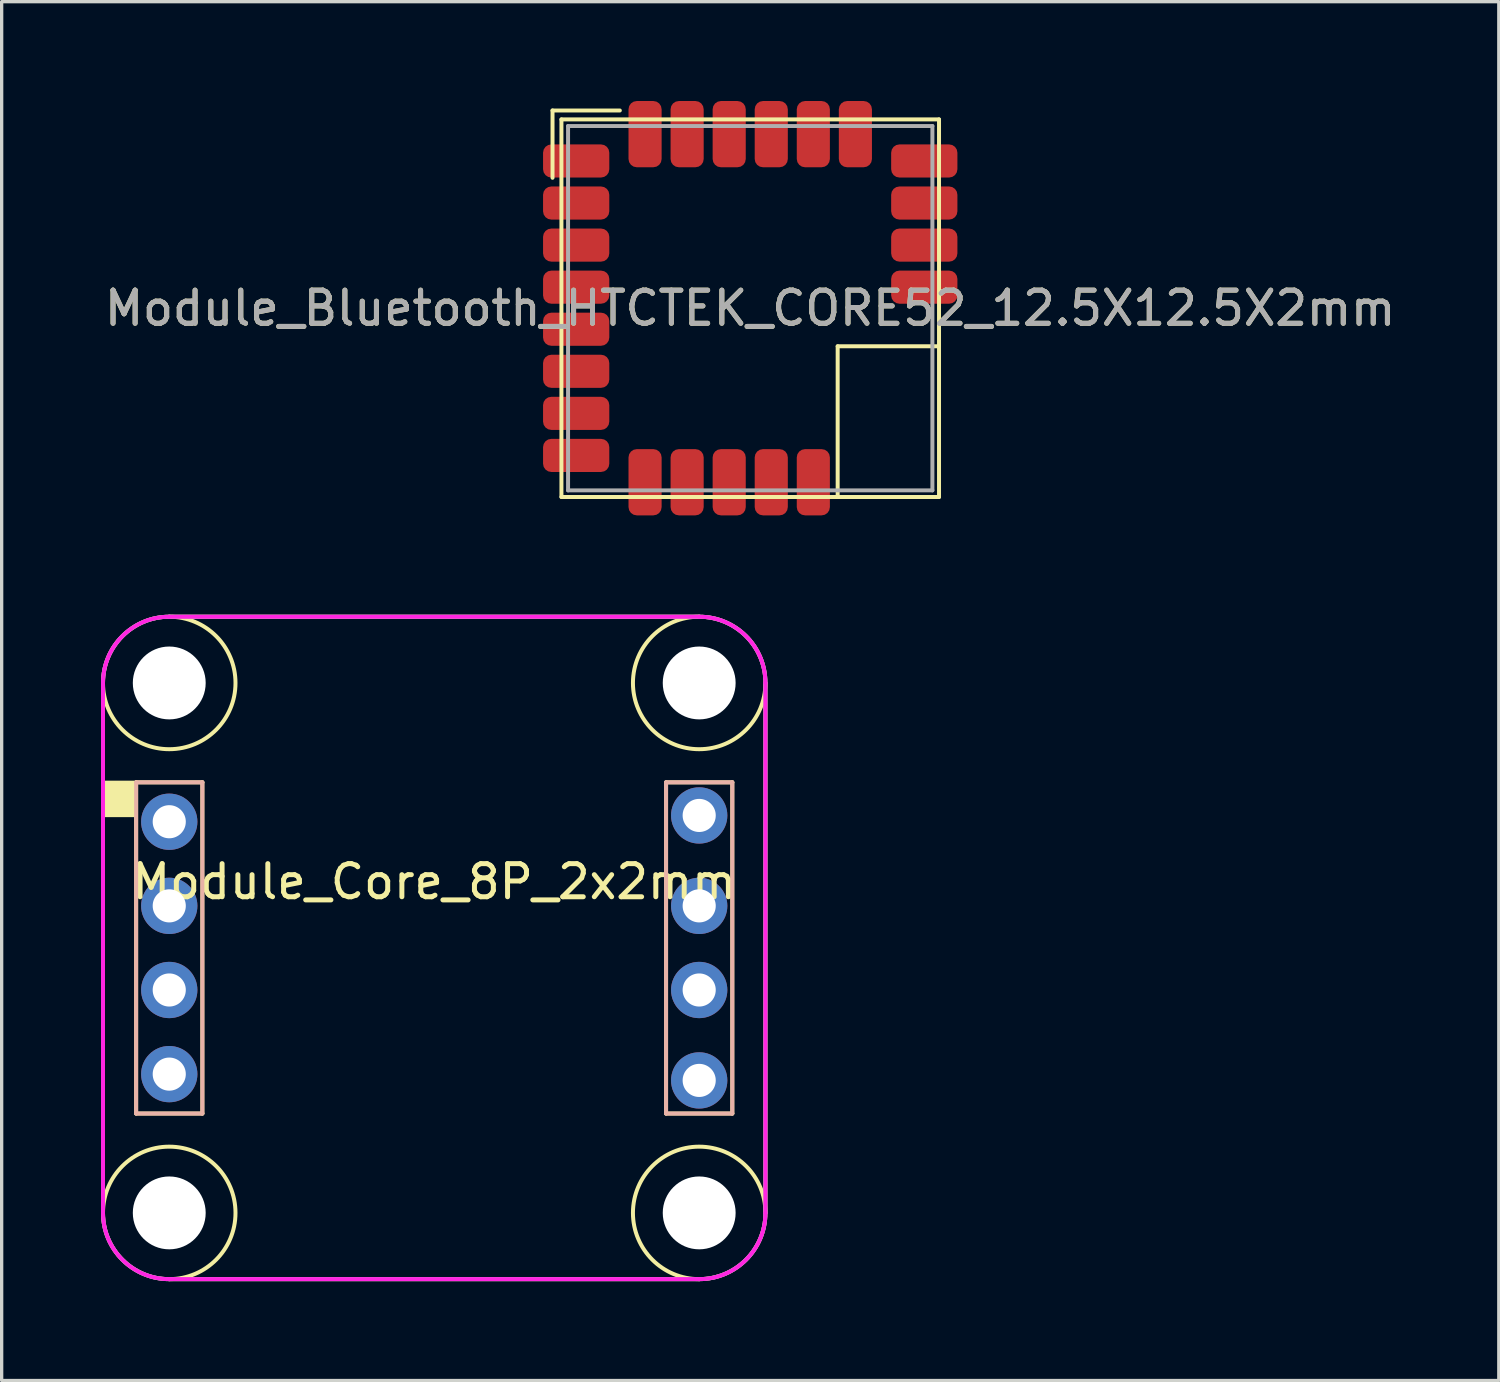
<source format=kicad_pcb>
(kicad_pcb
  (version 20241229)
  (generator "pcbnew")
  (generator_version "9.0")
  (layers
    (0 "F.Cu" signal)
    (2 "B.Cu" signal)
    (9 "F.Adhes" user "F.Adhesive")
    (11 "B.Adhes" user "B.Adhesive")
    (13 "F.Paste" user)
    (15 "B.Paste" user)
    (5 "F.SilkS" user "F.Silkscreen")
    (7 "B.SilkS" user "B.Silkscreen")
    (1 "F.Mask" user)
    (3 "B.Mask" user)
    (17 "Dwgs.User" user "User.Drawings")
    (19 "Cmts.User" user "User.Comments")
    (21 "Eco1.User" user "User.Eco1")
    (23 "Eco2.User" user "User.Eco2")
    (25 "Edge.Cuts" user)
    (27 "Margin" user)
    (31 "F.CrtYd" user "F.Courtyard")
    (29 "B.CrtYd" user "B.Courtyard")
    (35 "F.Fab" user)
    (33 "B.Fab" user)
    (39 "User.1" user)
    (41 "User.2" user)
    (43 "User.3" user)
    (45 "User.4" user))
  (footprint "Module_Core_8P_2x2mm"
    (layer "F.Cu")
    (at 10.06 25.57)
    (property "Reference" "Module_Core_8P_2x2mm" (at 0 -2 0) (layer "F.SilkS") (effects (font (size 1 1) (thickness 0.15))))
    (attr exclude_from_pos_files exclude_from_bom)
    (fp_line (start -10 -8) (end -10 8) (stroke (width 0.12) (type solid)) (layer "F.SilkS"))
    (fp_line (start -9 -5) (end -7 -5) (stroke (width 0.12) (type solid)) (layer "F.SilkS"))
    (fp_line (start -9 5) (end -9 -5) (stroke (width 0.12) (type solid)) (layer "F.SilkS"))
    (fp_line (start -8 10) (end 8 10) (stroke (width 0.12) (type solid)) (layer "F.SilkS"))
    (fp_line (start -7 -5) (end -7 5) (stroke (width 0.12) (type solid)) (layer "F.SilkS"))
    (fp_line (start -7 5) (end -9 5) (stroke (width 0.12) (type solid)) (layer "F.SilkS"))
    (fp_line (start 7 -5) (end 9 -5) (stroke (width 0.12) (type solid)) (layer "F.SilkS"))
    (fp_line (start 7 5) (end 7 -5) (stroke (width 0.12) (type solid)) (layer "F.SilkS"))
    (fp_line (start 8 -10) (end -8 -10) (stroke (width 0.12) (type solid)) (layer "F.SilkS"))
    (fp_line (start 9 -5) (end 9 5) (stroke (width 0.12) (type solid)) (layer "F.SilkS"))
    (fp_line (start 9 5) (end 7 5) (stroke (width 0.12) (type solid)) (layer "F.SilkS"))
    (fp_line (start 10 8) (end 10 -8) (stroke (width 0.12) (type solid)) (layer "F.SilkS"))
    (fp_circle (center -8 -8) (end -6 -8) (stroke (width 0.12) (type solid)) (fill no) (layer "F.SilkS"))
    (fp_circle (center -8 8) (end -6 8) (stroke (width 0.12) (type solid)) (fill no) (layer "F.SilkS"))
    (fp_circle (center 8 -8) (end 10 -8) (stroke (width 0.12) (type solid)) (fill no) (layer "F.SilkS"))
    (fp_circle (center 8 8) (end 10 8) (stroke (width 0.12) (type solid)) (fill no) (layer "F.SilkS"))
    (fp_poly (pts (xy -10 -5) (xy -9 -5) (xy -9 -4) (xy -10 -4)) (stroke (width 0.1) (type solid)) (fill yes) (layer "F.SilkS"))
    (fp_line (start -9 -5) (end -7 -5) (stroke (width 0.12) (type solid)) (layer "B.SilkS"))
    (fp_line (start -9 5) (end -9 -5) (stroke (width 0.12) (type solid)) (layer "B.SilkS"))
    (fp_line (start -7 -5) (end -7 5) (stroke (width 0.12) (type solid)) (layer "B.SilkS"))
    (fp_line (start -7 5) (end -9 5) (stroke (width 0.12) (type solid)) (layer "B.SilkS"))
    (fp_line (start 7 -5) (end 9 -5) (stroke (width 0.12) (type solid)) (layer "B.SilkS"))
    (fp_line (start 7 5) (end 7 -5) (stroke (width 0.12) (type solid)) (layer "B.SilkS"))
    (fp_line (start 9 -5) (end 9 5) (stroke (width 0.12) (type solid)) (layer "B.SilkS"))
    (fp_line (start 9 5) (end 7 5) (stroke (width 0.12) (type solid)) (layer "B.SilkS"))
    (fp_line (start -10 8) (end -10 -8) (stroke (width 0.12) (type solid)) (layer "F.CrtYd"))
    (fp_line (start -8 -10) (end 8 -10) (stroke (width 0.12) (type solid)) (layer "F.CrtYd"))
    (fp_line (start 8 10) (end -8 10) (stroke (width 0.12) (type solid)) (layer "F.CrtYd"))
    (fp_line (start 10 -8) (end 10 8) (stroke (width 0.12) (type solid)) (layer "F.CrtYd"))
    (fp_arc (start -10 -8) (mid -9.414214 -9.414214) (end -8 -10) (stroke (width 0.12) (type solid)) (layer "F.CrtYd"))
    (fp_arc (start -8 10) (mid -9.414214 9.414214) (end -10 8) (stroke (width 0.12) (type solid)) (layer "F.CrtYd"))
    (fp_arc (start 8 -10) (mid 9.414214 -9.414214) (end 10 -8) (stroke (width 0.12) (type solid)) (layer "F.CrtYd"))
    (fp_arc (start 10 8) (mid 9.414214 9.414214) (end 8 10) (stroke (width 0.12) (type solid)) (layer "F.CrtYd"))
    (fp_line (start -10 8) (end -10 -8) (stroke (width 0.12) (type solid)) (layer "F.Fab"))
    (fp_line (start -8 -10) (end 8 -10) (stroke (width 0.12) (type solid)) (layer "F.Fab"))
    (fp_line (start 8 10) (end -8 10) (stroke (width 0.12) (type solid)) (layer "F.Fab"))
    (fp_line (start 10 -8) (end 10 8) (stroke (width 0.12) (type solid)) (layer "F.Fab"))
    (fp_arc (start -10 -8) (mid -9.414214 -9.414214) (end -8 -10) (stroke (width 0.12) (type solid)) (layer "F.Fab"))
    (fp_arc (start -8 10) (mid -9.414214 9.414214) (end -10 8) (stroke (width 0.12) (type solid)) (layer "F.Fab"))
    (fp_arc (start 8 -10) (mid 9.414214 -9.414214) (end 10 -8) (stroke (width 0.12) (type solid)) (layer "F.Fab"))
    (fp_arc (start 10 8) (mid 9.414214 9.414214) (end 8 10) (stroke (width 0.12) (type solid)) (layer "F.Fab"))
    (pad "" np_thru_hole circle (at -8 -8) (size 2.2 2.2) (drill 2.2) (layers "*.Cu" "*.Mask"))
    (pad "" np_thru_hole circle (at -8 8) (size 2.2 2.2) (drill 2.2) (layers "*.Cu" "*.Mask"))
    (pad "" np_thru_hole circle (at 8 -8) (size 2.2 2.2) (drill 2.2) (layers "*.Cu" "*.Mask"))
    (pad "" np_thru_hole circle (at 8 8) (size 2.2 2.2) (drill 2.2) (layers "*.Cu" "*.Mask"))
    (pad "1" thru_hole circle (at -8 -3.81) (size 1.7 1.7) (drill 1) (layers "*.Cu" "*.Mask"))
    (pad "2" thru_hole circle (at -8 -1.27) (size 1.7 1.7) (drill 1) (layers "*.Cu" "*.Mask"))
    (pad "3" thru_hole circle (at -8 1.27) (size 1.7 1.7) (drill 1) (layers "*.Cu" "*.Mask"))
    (pad "4" thru_hole circle (at -8 3.81) (size 1.7 1.7) (drill 1) (layers "*.Cu" "*.Mask"))
    (pad "5" thru_hole circle (at 8 4) (size 1.7 1.7) (drill 1) (layers "*.Cu" "*.Mask"))
    (pad "6" thru_hole circle (at 8 1.27) (size 1.7 1.7) (drill 1) (layers "*.Cu" "*.Mask"))
    (pad "7" thru_hole circle (at 8 -1.27) (size 1.7 1.7) (drill 1) (layers "*.Cu" "*.Mask"))
    (pad "8" thru_hole circle (at 8 -4) (size 1.7 1.7) (drill 1) (layers "*.Cu" "*.Mask")))
  (footprint "Module_Bluetooth_HTCTEK_CORE52_12.5X12.5X2mm"
    (layer "F.Cu")
    (at 19.601 6.255)
    (property "Reference" "Module_Bluetooth_HTCTEK_CORE52_12.5X12.5X2mm" (at 0 0 180) (layer "F.SilkS") (effects (font (size 1 1) (thickness 0.15))))
    (attr smd)
    (fp_line (start -5.969 -5.969) (end -3.937 -5.969) (stroke (width 0.12) (type solid)) (layer "F.SilkS"))
    (fp_line (start -5.969 -3.937) (end -5.969 -5.969) (stroke (width 0.12) (type solid)) (layer "F.SilkS"))
    (fp_line (start -5.7 -5.7) (end 5.7 -5.7) (stroke (width 0.12) (type solid)) (layer "F.SilkS"))
    (fp_line (start -5.7 5.7) (end -5.7 -5.7) (stroke (width 0.12) (type solid)) (layer "F.SilkS"))
    (fp_line (start 2.64 1.15) (end 2.64 5.7) (stroke (width 0.12) (type solid)) (layer "F.SilkS"))
    (fp_line (start 2.64 1.15) (end 5.7 1.15) (stroke (width 0.12) (type solid)) (layer "F.SilkS"))
    (fp_line (start 5.7 -5.7) (end 5.7 5.7) (stroke (width 0.12) (type solid)) (layer "F.SilkS"))
    (fp_line (start 5.7 5.7) (end -5.7 5.7) (stroke (width 0.12) (type solid)) (layer "F.SilkS"))
    (fp_line (start -5.5 -5.5) (end 5.5 -5.5) (stroke (width 0.12) (type solid)) (layer "F.Fab"))
    (fp_line (start -5.5 5.5) (end -5.5 -5.5) (stroke (width 0.12) (type solid)) (layer "F.Fab"))
    (fp_line (start 5.5 -5.5) (end 5.5 5.5) (stroke (width 0.12) (type solid)) (layer "F.Fab"))
    (fp_line (start 5.5 5.5) (end -5.5 5.5) (stroke (width 0.12) (type solid)) (layer "F.Fab"))
    (fp_text user "${REFERENCE}" (at 0 0 180) (layer "F.Fab") (effects (font (size 1 1) (thickness 0.15))))
    (pad "1" smd roundrect (at -5.255 -4.445) (size 2 1) (layers "F.Cu" "F.Mask" "F.Paste") (roundrect_rratio 0.25))
    (pad "2" smd roundrect (at -5.255 -3.175) (size 2 1) (layers "F.Cu" "F.Mask" "F.Paste") (roundrect_rratio 0.25))
    (pad "3" smd roundrect (at -5.255 -1.905) (size 2 1) (layers "F.Cu" "F.Mask" "F.Paste") (roundrect_rratio 0.25))
    (pad "4" smd roundrect (at -5.255 -0.635) (size 2 1) (layers "F.Cu" "F.Mask" "F.Paste") (roundrect_rratio 0.25))
    (pad "5" smd roundrect (at -5.255 0.635) (size 2 1) (layers "F.Cu" "F.Mask" "F.Paste") (roundrect_rratio 0.25))
    (pad "6" smd roundrect (at -5.255 1.905) (size 2 1) (layers "F.Cu" "F.Mask" "F.Paste") (roundrect_rratio 0.25))
    (pad "7" smd roundrect (at -5.255 3.175) (size 2 1) (layers "F.Cu" "F.Mask" "F.Paste") (roundrect_rratio 0.25))
    (pad "8" smd roundrect (at -5.255 4.445) (size 2 1) (layers "F.Cu" "F.Mask" "F.Paste") (roundrect_rratio 0.25))
    (pad "9" smd roundrect (at -3.175 5.255 90) (size 2 1) (layers "F.Cu" "F.Mask" "F.Paste") (roundrect_rratio 0.25))
    (pad "10" smd roundrect (at -1.905 5.255 90) (size 2 1) (layers "F.Cu" "F.Mask" "F.Paste") (roundrect_rratio 0.25))
    (pad "11" smd roundrect (at -0.635 5.255 90) (size 2 1) (layers "F.Cu" "F.Mask" "F.Paste") (roundrect_rratio 0.25))
    (pad "12" smd roundrect (at 0.635 5.255 90) (size 2 1) (layers "F.Cu" "F.Mask" "F.Paste") (roundrect_rratio 0.25))
    (pad "13" smd roundrect (at 1.905 5.255 90) (size 2 1) (layers "F.Cu" "F.Mask" "F.Paste") (roundrect_rratio 0.25))
    (pad "14" smd roundrect (at 5.255 -0.635 180) (size 2 1) (layers "F.Cu" "F.Mask" "F.Paste") (roundrect_rratio 0.25))
    (pad "15" smd roundrect (at 5.255 -1.905 180) (size 2 1) (layers "F.Cu" "F.Mask" "F.Paste") (roundrect_rratio 0.25))
    (pad "16" smd roundrect (at 5.255 -3.175 180) (size 2 1) (layers "F.Cu" "F.Mask" "F.Paste") (roundrect_rratio 0.25))
    (pad "17" smd roundrect (at 5.255 -4.445 180) (size 2 1) (layers "F.Cu" "F.Mask" "F.Paste") (roundrect_rratio 0.25))
    (pad "18" smd roundrect (at 3.175 -5.255 270) (size 2 1) (layers "F.Cu" "F.Mask" "F.Paste") (roundrect_rratio 0.25))
    (pad "19" smd roundrect (at 1.905 -5.255 270) (size 2 1) (layers "F.Cu" "F.Mask" "F.Paste") (roundrect_rratio 0.25))
    (pad "20" smd roundrect (at 0.635 -5.255 270) (size 2 1) (layers "F.Cu" "F.Mask" "F.Paste") (roundrect_rratio 0.25))
    (pad "21" smd roundrect (at -0.635 -5.255 270) (size 2 1) (layers "F.Cu" "F.Mask" "F.Paste") (roundrect_rratio 0.25))
    (pad "22" smd roundrect (at -1.905 -5.255 270) (size 2 1) (layers "F.Cu" "F.Mask" "F.Paste") (roundrect_rratio 0.25))
    (pad "23" smd roundrect (at -3.175 -5.255 270) (size 2 1) (layers "F.Cu" "F.Mask" "F.Paste") (roundrect_rratio 0.25)))
  (gr_rect
    (start -3 -3)
    (end 42.202 38.63)
    (stroke (width 0.1) (type default))
    (fill no)
    (layer "Edge.Cuts")))
</source>
